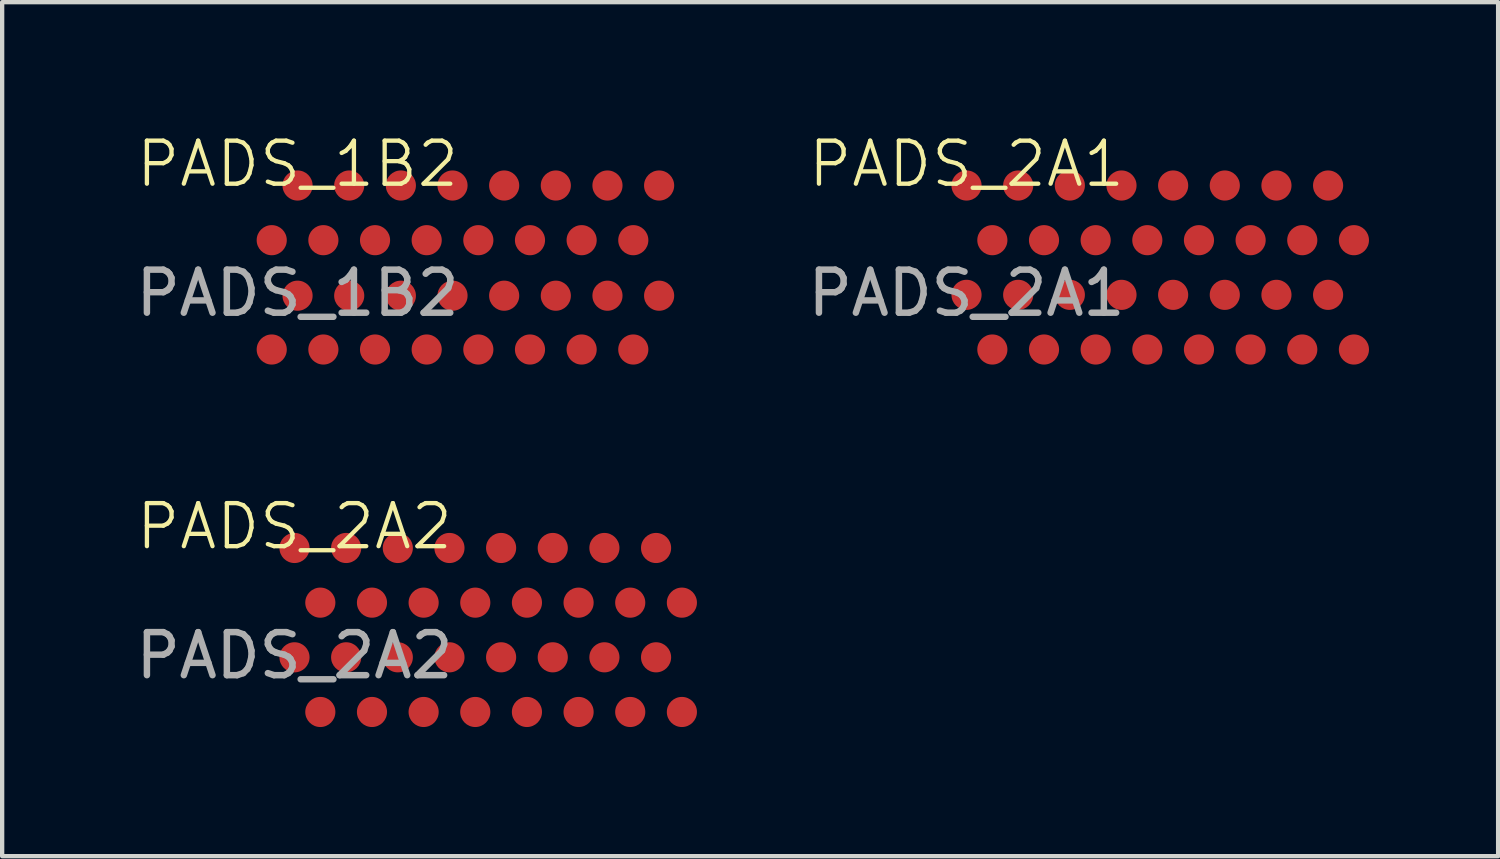
<source format=kicad_pcb>
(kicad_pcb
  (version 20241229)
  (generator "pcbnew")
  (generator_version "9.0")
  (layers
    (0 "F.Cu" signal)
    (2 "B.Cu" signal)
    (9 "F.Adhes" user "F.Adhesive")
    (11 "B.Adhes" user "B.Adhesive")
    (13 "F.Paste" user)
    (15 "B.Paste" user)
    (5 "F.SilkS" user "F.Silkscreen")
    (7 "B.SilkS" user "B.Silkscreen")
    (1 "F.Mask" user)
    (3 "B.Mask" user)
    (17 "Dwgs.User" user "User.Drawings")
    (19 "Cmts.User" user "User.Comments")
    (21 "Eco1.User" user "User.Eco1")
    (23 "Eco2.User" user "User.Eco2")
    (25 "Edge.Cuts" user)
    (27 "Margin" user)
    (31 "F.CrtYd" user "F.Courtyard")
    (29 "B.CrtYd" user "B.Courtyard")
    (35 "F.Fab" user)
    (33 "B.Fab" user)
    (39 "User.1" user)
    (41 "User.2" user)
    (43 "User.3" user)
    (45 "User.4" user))
  (footprint "PADS_2A1"
    (layer "F.Cu")
    (at 19.405 1.26)
    (property "Reference" "PADS_2A1" (at 0 -0.5 0) (unlocked yes) (layer "F.SilkS") (effects (font (size 1 1) (thickness 0.1))))
    (attr smd)
    (fp_text user "${REFERENCE}" (at 0 2.5 0) (unlocked yes) (layer "F.Fab") (effects (font (size 1 1) (thickness 0.15))))
    (pad "2A1" smd circle (at 0 2.54) (size 0.7 0.7) (layers "F.Cu" "F.Mask" "F.Paste"))
    (pad "2A2" smd circle (at 0 0) (size 0.7 0.7) (layers "F.Cu" "F.Mask" "F.Paste"))
    (pad "2A3" smd circle (at 0.6 3.81) (size 0.7 0.7) (layers "F.Cu" "F.Mask" "F.Paste"))
    (pad "2A4" smd circle (at 0.6 1.27) (size 0.7 0.7) (layers "F.Cu" "F.Mask" "F.Paste"))
    (pad "2A5" smd circle (at 1.2 2.54) (size 0.7 0.7) (layers "F.Cu" "F.Mask" "F.Paste"))
    (pad "2A6" smd circle (at 1.2 0) (size 0.7 0.7) (layers "F.Cu" "F.Mask" "F.Paste"))
    (pad "2A7" smd circle (at 1.8 3.81) (size 0.7 0.7) (layers "F.Cu" "F.Mask" "F.Paste"))
    (pad "2A8" smd circle (at 1.8 1.27) (size 0.7 0.7) (layers "F.Cu" "F.Mask" "F.Paste"))
    (pad "2A9" smd circle (at 2.4 2.54) (size 0.7 0.7) (layers "F.Cu" "F.Mask" "F.Paste"))
    (pad "2A10" smd circle (at 2.4 0) (size 0.7 0.7) (layers "F.Cu" "F.Mask" "F.Paste"))
    (pad "2A11" smd circle (at 3 3.81) (size 0.7 0.7) (layers "F.Cu" "F.Mask" "F.Paste"))
    (pad "2A12" smd circle (at 3 1.27) (size 0.7 0.7) (layers "F.Cu" "F.Mask" "F.Paste"))
    (pad "2A13" smd circle (at 3.6 2.54) (size 0.7 0.7) (layers "F.Cu" "F.Mask" "F.Paste"))
    (pad "2A14" smd circle (at 3.6 0) (size 0.7 0.7) (layers "F.Cu" "F.Mask" "F.Paste"))
    (pad "2A15" smd circle (at 4.2 3.81) (size 0.7 0.7) (layers "F.Cu" "F.Mask" "F.Paste"))
    (pad "2A16" smd circle (at 4.2 1.27) (size 0.7 0.7) (layers "F.Cu" "F.Mask" "F.Paste"))
    (pad "2A17" smd circle (at 4.8 2.54) (size 0.7 0.7) (layers "F.Cu" "F.Mask" "F.Paste"))
    (pad "2A18" smd circle (at 4.8 0) (size 0.7 0.7) (layers "F.Cu" "F.Mask" "F.Paste"))
    (pad "2A19" smd circle (at 5.4 3.81) (size 0.7 0.7) (layers "F.Cu" "F.Mask" "F.Paste"))
    (pad "2A20" smd circle (at 5.4 1.27) (size 0.7 0.7) (layers "F.Cu" "F.Mask" "F.Paste"))
    (pad "2A21" smd circle (at 6 2.54) (size 0.7 0.7) (layers "F.Cu" "F.Mask" "F.Paste"))
    (pad "2A22" smd circle (at 6 0) (size 0.7 0.7) (layers "F.Cu" "F.Mask" "F.Paste"))
    (pad "2A23" smd circle (at 6.6 3.81) (size 0.7 0.7) (layers "F.Cu" "F.Mask" "F.Paste"))
    (pad "2A24" smd circle (at 6.6 1.27) (size 0.7 0.7) (layers "F.Cu" "F.Mask" "F.Paste"))
    (pad "2A25" smd circle (at 7.2 2.54) (size 0.7 0.7) (layers "F.Cu" "F.Mask" "F.Paste"))
    (pad "2A26" smd circle (at 7.2 0) (size 0.7 0.7) (layers "F.Cu" "F.Mask" "F.Paste"))
    (pad "2A27" smd circle (at 7.8 3.81) (size 0.7 0.7) (layers "F.Cu" "F.Mask" "F.Paste"))
    (pad "2A28" smd circle (at 7.8 1.27) (size 0.7 0.7) (layers "F.Cu" "F.Mask" "F.Paste"))
    (pad "2A29" smd circle (at 8.4 2.54) (size 0.7 0.7) (layers "F.Cu" "F.Mask" "F.Paste"))
    (pad "2A30" smd circle (at 8.4 0) (size 0.7 0.7) (layers "F.Cu" "F.Mask" "F.Paste"))
    (pad "2A31" smd circle (at 9 3.81) (size 0.7 0.7) (layers "F.Cu" "F.Mask" "F.Paste"))
    (pad "2A32" smd circle (at 9 1.27) (size 0.7 0.7) (layers "F.Cu" "F.Mask" "F.Paste")))
  (footprint "PADS_2A2"
    (layer "F.Cu")
    (at 3.792 9.681)
    (property "Reference" "PADS_2A2" (at 0 -0.5 0) (unlocked yes) (layer "F.SilkS") (effects (font (size 1 1) (thickness 0.1))))
    (attr smd)
    (fp_text user "${REFERENCE}" (at 0 2.5 0) (unlocked yes) (layer "F.Fab") (effects (font (size 1 1) (thickness 0.15))))
    (pad "1A50" smd circle (at 4.8 0) (size 0.7 0.7) (layers "F.Cu" "F.Mask" "F.Paste"))
    (pad "2A33" smd circle (at 0 2.54) (size 0.7 0.7) (layers "F.Cu" "F.Mask" "F.Paste"))
    (pad "2A34" smd circle (at 0 0) (size 0.7 0.7) (layers "F.Cu" "F.Mask" "F.Paste"))
    (pad "2A35" smd circle (at 0.6 3.81) (size 0.7 0.7) (layers "F.Cu" "F.Mask" "F.Paste"))
    (pad "2A36" smd circle (at 0.6 1.27) (size 0.7 0.7) (layers "F.Cu" "F.Mask" "F.Paste"))
    (pad "2A37" smd circle (at 1.2 2.54) (size 0.7 0.7) (layers "F.Cu" "F.Mask" "F.Paste"))
    (pad "2A38" smd circle (at 1.2 0) (size 0.7 0.7) (layers "F.Cu" "F.Mask" "F.Paste"))
    (pad "2A39" smd circle (at 1.8 3.81) (size 0.7 0.7) (layers "F.Cu" "F.Mask" "F.Paste"))
    (pad "2A40" smd circle (at 1.8 1.27) (size 0.7 0.7) (layers "F.Cu" "F.Mask" "F.Paste"))
    (pad "2A41" smd circle (at 2.4 2.54) (size 0.7 0.7) (layers "F.Cu" "F.Mask" "F.Paste"))
    (pad "2A42" smd circle (at 2.4 0) (size 0.7 0.7) (layers "F.Cu" "F.Mask" "F.Paste"))
    (pad "2A43" smd circle (at 3 3.81) (size 0.7 0.7) (layers "F.Cu" "F.Mask" "F.Paste"))
    (pad "2A44" smd circle (at 3 1.27) (size 0.7 0.7) (layers "F.Cu" "F.Mask" "F.Paste"))
    (pad "2A45" smd circle (at 3.6 2.54) (size 0.7 0.7) (layers "F.Cu" "F.Mask" "F.Paste"))
    (pad "2A46" smd circle (at 3.6 0) (size 0.7 0.7) (layers "F.Cu" "F.Mask" "F.Paste"))
    (pad "2A47" smd circle (at 4.2 3.81) (size 0.7 0.7) (layers "F.Cu" "F.Mask" "F.Paste"))
    (pad "2A48" smd circle (at 4.2 1.27) (size 0.7 0.7) (layers "F.Cu" "F.Mask" "F.Paste"))
    (pad "2A49" smd circle (at 4.8 2.54) (size 0.7 0.7) (layers "F.Cu" "F.Mask" "F.Paste"))
    (pad "2A51" smd circle (at 5.4 3.81) (size 0.7 0.7) (layers "F.Cu" "F.Mask" "F.Paste"))
    (pad "2A52" smd circle (at 5.4 1.27) (size 0.7 0.7) (layers "F.Cu" "F.Mask" "F.Paste"))
    (pad "2A53" smd circle (at 6 2.54) (size 0.7 0.7) (layers "F.Cu" "F.Mask" "F.Paste"))
    (pad "2A54" smd circle (at 6 0) (size 0.7 0.7) (layers "F.Cu" "F.Mask" "F.Paste"))
    (pad "2A55" smd circle (at 6.6 3.81) (size 0.7 0.7) (layers "F.Cu" "F.Mask" "F.Paste"))
    (pad "2A56" smd circle (at 6.6 1.27) (size 0.7 0.7) (layers "F.Cu" "F.Mask" "F.Paste"))
    (pad "2A57" smd circle (at 7.2 2.54) (size 0.7 0.7) (layers "F.Cu" "F.Mask" "F.Paste"))
    (pad "2A58" smd circle (at 7.2 0) (size 0.7 0.7) (layers "F.Cu" "F.Mask" "F.Paste"))
    (pad "2A59" smd circle (at 7.8 3.81) (size 0.7 0.7) (layers "F.Cu" "F.Mask" "F.Paste"))
    (pad "2A60" smd circle (at 7.8 1.27) (size 0.7 0.7) (layers "F.Cu" "F.Mask" "F.Paste"))
    (pad "2A61" smd circle (at 8.4 2.54) (size 0.7 0.7) (layers "F.Cu" "F.Mask" "F.Paste"))
    (pad "2A62" smd circle (at 8.4 0) (size 0.7 0.7) (layers "F.Cu" "F.Mask" "F.Paste"))
    (pad "2A63" smd circle (at 9 3.81) (size 0.7 0.7) (layers "F.Cu" "F.Mask" "F.Paste"))
    (pad "2A64" smd circle (at 9 1.27) (size 0.7 0.7) (layers "F.Cu" "F.Mask" "F.Paste")))
  (footprint "PADS_1B2"
    (layer "F.Cu")
    (at 3.863 1.26)
    (property "Reference" "PADS_1B2" (at 0 -0.5 0) (unlocked yes) (layer "F.SilkS") (effects (font (size 1 1) (thickness 0.1))))
    (attr smd)
    (fp_text user "${REFERENCE}" (at 0 2.5 0) (unlocked yes) (layer "F.Fab") (effects (font (size 1 1) (thickness 0.15))))
    (pad "1B33" smd circle (at -0.6 3.81) (size 0.7 0.7) (layers "F.Cu" "F.Mask" "F.Paste"))
    (pad "1B34" smd circle (at -0.6 1.27) (size 0.7 0.7) (layers "F.Cu" "F.Mask" "F.Paste"))
    (pad "1B35" smd circle (at 0 2.56) (size 0.7 0.7) (layers "F.Cu" "F.Mask" "F.Paste"))
    (pad "1B36" smd circle (at 0 0) (size 0.7 0.7) (layers "F.Cu" "F.Mask" "F.Paste"))
    (pad "1B37" smd circle (at 0.6 3.81) (size 0.7 0.7) (layers "F.Cu" "F.Mask" "F.Paste"))
    (pad "1B38" smd circle (at 0.6 1.27) (size 0.7 0.7) (layers "F.Cu" "F.Mask" "F.Paste"))
    (pad "1B39" smd circle (at 1.2 2.56) (size 0.7 0.7) (layers "F.Cu" "F.Mask" "F.Paste"))
    (pad "1B40" smd circle (at 1.2 0) (size 0.7 0.7) (layers "F.Cu" "F.Mask" "F.Paste"))
    (pad "1B41" smd circle (at 1.8 3.81) (size 0.7 0.7) (layers "F.Cu" "F.Mask" "F.Paste"))
    (pad "1B42" smd circle (at 1.8 1.27) (size 0.7 0.7) (layers "F.Cu" "F.Mask" "F.Paste"))
    (pad "1B43" smd circle (at 2.4 2.56) (size 0.7 0.7) (layers "F.Cu" "F.Mask" "F.Paste"))
    (pad "1B44" smd circle (at 2.4 0) (size 0.7 0.7) (layers "F.Cu" "F.Mask" "F.Paste"))
    (pad "1B45" smd circle (at 3 3.81) (size 0.7 0.7) (layers "F.Cu" "F.Mask" "F.Paste"))
    (pad "1B46" smd circle (at 3 1.27) (size 0.7 0.7) (layers "F.Cu" "F.Mask" "F.Paste"))
    (pad "1B47" smd circle (at 3.6 2.56) (size 0.7 0.7) (layers "F.Cu" "F.Mask" "F.Paste"))
    (pad "1B48" smd circle (at 3.6 0) (size 0.7 0.7) (layers "F.Cu" "F.Mask" "F.Paste"))
    (pad "1B49" smd circle (at 4.2 3.81) (size 0.7 0.7) (layers "F.Cu" "F.Mask" "F.Paste"))
    (pad "1B50" smd circle (at 4.2 1.27) (size 0.7 0.7) (layers "F.Cu" "F.Mask" "F.Paste"))
    (pad "1B51" smd circle (at 4.8 2.56) (size 0.7 0.7) (layers "F.Cu" "F.Mask" "F.Paste"))
    (pad "1B52" smd circle (at 4.8 0) (size 0.7 0.7) (layers "F.Cu" "F.Mask" "F.Paste"))
    (pad "1B53" smd circle (at 5.4 3.81) (size 0.7 0.7) (layers "F.Cu" "F.Mask" "F.Paste"))
    (pad "1B54" smd circle (at 5.4 1.27) (size 0.7 0.7) (layers "F.Cu" "F.Mask" "F.Paste"))
    (pad "1B55" smd circle (at 6 2.56) (size 0.7 0.7) (layers "F.Cu" "F.Mask" "F.Paste"))
    (pad "1B56" smd circle (at 6 0) (size 0.7 0.7) (layers "F.Cu" "F.Mask" "F.Paste"))
    (pad "1B57" smd circle (at 6.6 3.81) (size 0.7 0.7) (layers "F.Cu" "F.Mask" "F.Paste"))
    (pad "1B58" smd circle (at 6.6 1.27) (size 0.7 0.7) (layers "F.Cu" "F.Mask" "F.Paste"))
    (pad "1B59" smd circle (at 7.2 2.56) (size 0.7 0.7) (layers "F.Cu" "F.Mask" "F.Paste"))
    (pad "1B60" smd circle (at 7.2 0) (size 0.7 0.7) (layers "F.Cu" "F.Mask" "F.Paste"))
    (pad "1B61" smd circle (at 7.8 3.81) (size 0.7 0.7) (layers "F.Cu" "F.Mask" "F.Paste"))
    (pad "1B62" smd circle (at 7.8 1.27) (size 0.7 0.7) (layers "F.Cu" "F.Mask" "F.Paste"))
    (pad "1B63" smd circle (at 8.4 2.56) (size 0.7 0.7) (layers "F.Cu" "F.Mask" "F.Paste"))
    (pad "1B64" smd circle (at 8.4 0) (size 0.7 0.7) (layers "F.Cu" "F.Mask" "F.Paste")))
  (gr_rect
    (start -3 -3)
    (end 31.755 16.841)
    (stroke (width 0.1) (type default))
    (fill no)
    (layer "Edge.Cuts")))
</source>
